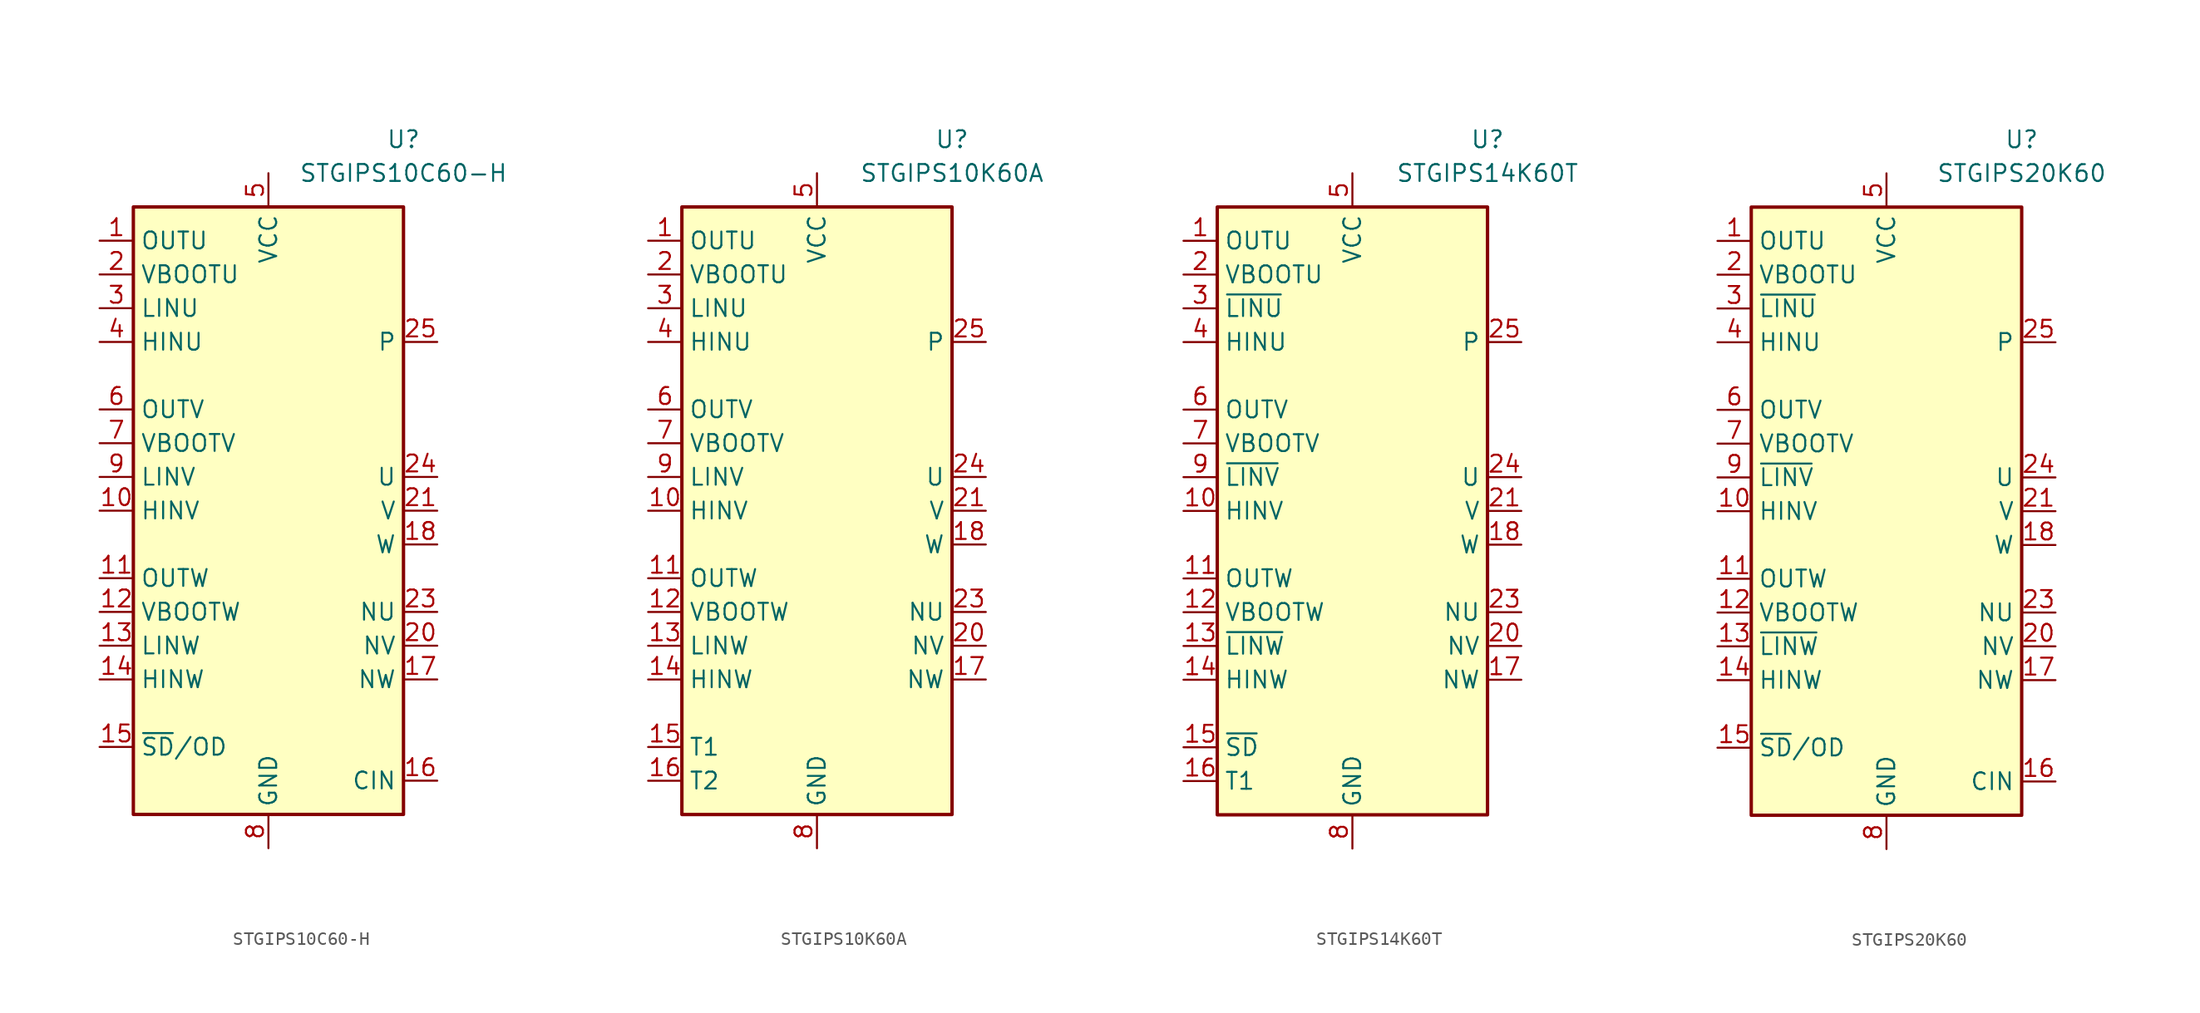
<source format=kicad_sym>
(kicad_symbol_lib
  (version 20200827)
  (generator kicad_symbol_editor)
  (symbol "Transistor_IGBT_Module:STGIPS10C60-H"
    (property "Reference" "U"
      (at 10.16 27.94 0)
      (effects (font (size 1.27 1.27))))
    (property "Value" "STGIPS10C60-H"
      (at 10.16 25.4 0)
      (effects (font (size 1.27 1.27))))
    (symbol "STGIPS10C60-H_1_1"
      (rectangle (start -10.16 -22.86) (end 10.16 22.86) (stroke (width 0.254)) (fill (type background)))
      (pin output line (at -12.7 20.32 0) (length 2.54) (name "OUTU" (effects (font (size 1.27 1.27)))) (number "1" (effects (font (size 1.27 1.27)))))
      (pin input line (at -12.7 0 0) (length 2.54) (name "HINV" (effects (font (size 1.27 1.27)))) (number "10" (effects (font (size 1.27 1.27)))))
      (pin output line (at -12.7 -5.08 0) (length 2.54) (name "OUTW" (effects (font (size 1.27 1.27)))) (number "11" (effects (font (size 1.27 1.27)))))
      (pin passive line (at -12.7 -7.62 0) (length 2.54) (name "VBOOTW" (effects (font (size 1.27 1.27)))) (number "12" (effects (font (size 1.27 1.27)))))
      (pin input line (at -12.7 -10.16 0) (length 2.54) (name "LINW" (effects (font (size 1.27 1.27)))) (number "13" (effects (font (size 1.27 1.27)))))
      (pin input line (at -12.7 -12.7 0) (length 2.54) (name "HINW" (effects (font (size 1.27 1.27)))) (number "14" (effects (font (size 1.27 1.27)))))
      (pin input line (at -12.7 -17.78 0) (length 2.54) (name "~SD~/OD" (effects (font (size 1.27 1.27)))) (number "15" (effects (font (size 1.27 1.27)))))
      (pin input line (at 12.7 -20.32 180) (length 2.54) (name "CIN" (effects (font (size 1.27 1.27)))) (number "16" (effects (font (size 1.27 1.27)))))
      (pin passive line (at 12.7 -12.7 180) (length 2.54) (name "NW" (effects (font (size 1.27 1.27)))) (number "17" (effects (font (size 1.27 1.27)))))
      (pin passive line (at 12.7 -2.54 180) (length 2.54) (name "W" (effects (font (size 1.27 1.27)))) (number "18" (effects (font (size 1.27 1.27)))))
      (pin passive line (at 12.7 12.7 180) (length 2.54) hide (name "P" (effects (font (size 1.27 1.27)))) (number "19" (effects (font (size 1.27 1.27)))))
      (pin passive line (at -12.7 17.78 0) (length 2.54) (name "VBOOTU" (effects (font (size 1.27 1.27)))) (number "2" (effects (font (size 1.27 1.27)))))
      (pin passive line (at 12.7 -10.16 180) (length 2.54) (name "NV" (effects (font (size 1.27 1.27)))) (number "20" (effects (font (size 1.27 1.27)))))
      (pin passive line (at 12.7 0 180) (length 2.54) (name "V" (effects (font (size 1.27 1.27)))) (number "21" (effects (font (size 1.27 1.27)))))
      (pin passive line (at 12.7 12.7 180) (length 2.54) hide (name "P" (effects (font (size 1.27 1.27)))) (number "22" (effects (font (size 1.27 1.27)))))
      (pin passive line (at 12.7 -7.62 180) (length 2.54) (name "NU" (effects (font (size 1.27 1.27)))) (number "23" (effects (font (size 1.27 1.27)))))
      (pin passive line (at 12.7 2.54 180) (length 2.54) (name "U" (effects (font (size 1.27 1.27)))) (number "24" (effects (font (size 1.27 1.27)))))
      (pin passive line (at 12.7 12.7 180) (length 2.54) (name "P" (effects (font (size 1.27 1.27)))) (number "25" (effects (font (size 1.27 1.27)))))
      (pin input line (at -12.7 15.24 0) (length 2.54) (name "LINU" (effects (font (size 1.27 1.27)))) (number "3" (effects (font (size 1.27 1.27)))))
      (pin input line (at -12.7 12.7 0) (length 2.54) (name "HINU" (effects (font (size 1.27 1.27)))) (number "4" (effects (font (size 1.27 1.27)))))
      (pin power_in line (at 0 25.4 270) (length 2.54) (name "VCC" (effects (font (size 1.27 1.27)))) (number "5" (effects (font (size 1.27 1.27)))))
      (pin output line (at -12.7 7.62 0) (length 2.54) (name "OUTV" (effects (font (size 1.27 1.27)))) (number "6" (effects (font (size 1.27 1.27)))))
      (pin passive line (at -12.7 5.08 0) (length 2.54) (name "VBOOTV" (effects (font (size 1.27 1.27)))) (number "7" (effects (font (size 1.27 1.27)))))
      (pin power_in line (at 0 -25.4 90) (length 2.54) (name "GND" (effects (font (size 1.27 1.27)))) (number "8" (effects (font (size 1.27 1.27)))))
      (pin input line (at -12.7 2.54 0) (length 2.54) (name "LINV" (effects (font (size 1.27 1.27)))) (number "9" (effects (font (size 1.27 1.27)))))))
  (symbol "Transistor_IGBT_Module:STGIPS10K60A"
    (property "Reference" "U"
      (at 10.16 27.94 0)
      (effects (font (size 1.27 1.27))))
    (property "Value" "STGIPS10K60A"
      (at 10.16 25.4 0)
      (effects (font (size 1.27 1.27))))
    (symbol "STGIPS10K60A_0_1"
      (rectangle (start -10.16 -22.86) (end 10.16 22.86) (stroke (width 0.254)) (fill (type background))))
    (symbol "STGIPS10K60A_1_1"
      (pin output line (at -12.7 20.32 0) (length 2.54) (name "OUTU" (effects (font (size 1.27 1.27)))) (number "1" (effects (font (size 1.27 1.27)))))
      (pin input line (at -12.7 0 0) (length 2.54) (name "HINV" (effects (font (size 1.27 1.27)))) (number "10" (effects (font (size 1.27 1.27)))))
      (pin output line (at -12.7 -5.08 0) (length 2.54) (name "OUTW" (effects (font (size 1.27 1.27)))) (number "11" (effects (font (size 1.27 1.27)))))
      (pin passive line (at -12.7 -7.62 0) (length 2.54) (name "VBOOTW" (effects (font (size 1.27 1.27)))) (number "12" (effects (font (size 1.27 1.27)))))
      (pin input line (at -12.7 -10.16 0) (length 2.54) (name "LINW" (effects (font (size 1.27 1.27)))) (number "13" (effects (font (size 1.27 1.27)))))
      (pin input line (at -12.7 -12.7 0) (length 2.54) (name "HINW" (effects (font (size 1.27 1.27)))) (number "14" (effects (font (size 1.27 1.27)))))
      (pin passive line (at -12.7 -17.78 0) (length 2.54) (name "T1" (effects (font (size 1.27 1.27)))) (number "15" (effects (font (size 1.27 1.27)))))
      (pin passive line (at -12.7 -20.32 0) (length 2.54) (name "T2" (effects (font (size 1.27 1.27)))) (number "16" (effects (font (size 1.27 1.27)))))
      (pin passive line (at 12.7 -12.7 180) (length 2.54) (name "NW" (effects (font (size 1.27 1.27)))) (number "17" (effects (font (size 1.27 1.27)))))
      (pin passive line (at 12.7 -2.54 180) (length 2.54) (name "W" (effects (font (size 1.27 1.27)))) (number "18" (effects (font (size 1.27 1.27)))))
      (pin passive line (at 12.7 12.7 180) (length 2.54) hide (name "P" (effects (font (size 1.27 1.27)))) (number "19" (effects (font (size 1.27 1.27)))))
      (pin passive line (at -12.7 17.78 0) (length 2.54) (name "VBOOTU" (effects (font (size 1.27 1.27)))) (number "2" (effects (font (size 1.27 1.27)))))
      (pin passive line (at 12.7 -10.16 180) (length 2.54) (name "NV" (effects (font (size 1.27 1.27)))) (number "20" (effects (font (size 1.27 1.27)))))
      (pin passive line (at 12.7 0 180) (length 2.54) (name "V" (effects (font (size 1.27 1.27)))) (number "21" (effects (font (size 1.27 1.27)))))
      (pin passive line (at 12.7 12.7 180) (length 2.54) hide (name "P" (effects (font (size 1.27 1.27)))) (number "22" (effects (font (size 1.27 1.27)))))
      (pin passive line (at 12.7 -7.62 180) (length 2.54) (name "NU" (effects (font (size 1.27 1.27)))) (number "23" (effects (font (size 1.27 1.27)))))
      (pin passive line (at 12.7 2.54 180) (length 2.54) (name "U" (effects (font (size 1.27 1.27)))) (number "24" (effects (font (size 1.27 1.27)))))
      (pin passive line (at 12.7 12.7 180) (length 2.54) (name "P" (effects (font (size 1.27 1.27)))) (number "25" (effects (font (size 1.27 1.27)))))
      (pin input line (at -12.7 15.24 0) (length 2.54) (name "LINU" (effects (font (size 1.27 1.27)))) (number "3" (effects (font (size 1.27 1.27)))))
      (pin input line (at -12.7 12.7 0) (length 2.54) (name "HINU" (effects (font (size 1.27 1.27)))) (number "4" (effects (font (size 1.27 1.27)))))
      (pin power_in line (at 0 25.4 270) (length 2.54) (name "VCC" (effects (font (size 1.27 1.27)))) (number "5" (effects (font (size 1.27 1.27)))))
      (pin output line (at -12.7 7.62 0) (length 2.54) (name "OUTV" (effects (font (size 1.27 1.27)))) (number "6" (effects (font (size 1.27 1.27)))))
      (pin passive line (at -12.7 5.08 0) (length 2.54) (name "VBOOTV" (effects (font (size 1.27 1.27)))) (number "7" (effects (font (size 1.27 1.27)))))
      (pin power_in line (at 0 -25.4 90) (length 2.54) (name "GND" (effects (font (size 1.27 1.27)))) (number "8" (effects (font (size 1.27 1.27)))))
      (pin input line (at -12.7 2.54 0) (length 2.54) (name "LINV" (effects (font (size 1.27 1.27)))) (number "9" (effects (font (size 1.27 1.27)))))))
  (symbol "Transistor_IGBT_Module:STGIPS14K60T"
    (property "Reference" "U"
      (at 10.16 27.94 0)
      (effects (font (size 1.27 1.27))))
    (property "Value" "STGIPS14K60T"
      (at 10.16 25.4 0)
      (effects (font (size 1.27 1.27))))
    (symbol "STGIPS14K60T_0_1"
      (rectangle (start -10.16 -22.86) (end 10.16 22.86) (stroke (width 0.254)) (fill (type background))))
    (symbol "STGIPS14K60T_1_1"
      (pin output line (at -12.7 20.32 0) (length 2.54) (name "OUTU" (effects (font (size 1.27 1.27)))) (number "1" (effects (font (size 1.27 1.27)))))
      (pin input line (at -12.7 0 0) (length 2.54) (name "HINV" (effects (font (size 1.27 1.27)))) (number "10" (effects (font (size 1.27 1.27)))))
      (pin output line (at -12.7 -5.08 0) (length 2.54) (name "OUTW" (effects (font (size 1.27 1.27)))) (number "11" (effects (font (size 1.27 1.27)))))
      (pin passive line (at -12.7 -7.62 0) (length 2.54) (name "VBOOTW" (effects (font (size 1.27 1.27)))) (number "12" (effects (font (size 1.27 1.27)))))
      (pin input line (at -12.7 -10.16 0) (length 2.54) (name "~LINW" (effects (font (size 1.27 1.27)))) (number "13" (effects (font (size 1.27 1.27)))))
      (pin input line (at -12.7 -12.7 0) (length 2.54) (name "HINW" (effects (font (size 1.27 1.27)))) (number "14" (effects (font (size 1.27 1.27)))))
      (pin input line (at -12.7 -17.78 0) (length 2.54) (name "~SD~" (effects (font (size 1.27 1.27)))) (number "15" (effects (font (size 1.27 1.27)))))
      (pin passive line (at -12.7 -20.32 0) (length 2.54) (name "T1" (effects (font (size 1.27 1.27)))) (number "16" (effects (font (size 1.27 1.27)))))
      (pin passive line (at 12.7 -12.7 180) (length 2.54) (name "NW" (effects (font (size 1.27 1.27)))) (number "17" (effects (font (size 1.27 1.27)))))
      (pin passive line (at 12.7 -2.54 180) (length 2.54) (name "W" (effects (font (size 1.27 1.27)))) (number "18" (effects (font (size 1.27 1.27)))))
      (pin passive line (at 12.7 12.7 180) (length 2.54) hide (name "P" (effects (font (size 1.27 1.27)))) (number "19" (effects (font (size 1.27 1.27)))))
      (pin passive line (at -12.7 17.78 0) (length 2.54) (name "VBOOTU" (effects (font (size 1.27 1.27)))) (number "2" (effects (font (size 1.27 1.27)))))
      (pin passive line (at 12.7 -10.16 180) (length 2.54) (name "NV" (effects (font (size 1.27 1.27)))) (number "20" (effects (font (size 1.27 1.27)))))
      (pin passive line (at 12.7 0 180) (length 2.54) (name "V" (effects (font (size 1.27 1.27)))) (number "21" (effects (font (size 1.27 1.27)))))
      (pin passive line (at 12.7 12.7 180) (length 2.54) hide (name "P" (effects (font (size 1.27 1.27)))) (number "22" (effects (font (size 1.27 1.27)))))
      (pin passive line (at 12.7 -7.62 180) (length 2.54) (name "NU" (effects (font (size 1.27 1.27)))) (number "23" (effects (font (size 1.27 1.27)))))
      (pin passive line (at 12.7 2.54 180) (length 2.54) (name "U" (effects (font (size 1.27 1.27)))) (number "24" (effects (font (size 1.27 1.27)))))
      (pin passive line (at 12.7 12.7 180) (length 2.54) (name "P" (effects (font (size 1.27 1.27)))) (number "25" (effects (font (size 1.27 1.27)))))
      (pin input line (at -12.7 15.24 0) (length 2.54) (name "~LINU" (effects (font (size 1.27 1.27)))) (number "3" (effects (font (size 1.27 1.27)))))
      (pin input line (at -12.7 12.7 0) (length 2.54) (name "HINU" (effects (font (size 1.27 1.27)))) (number "4" (effects (font (size 1.27 1.27)))))
      (pin power_in line (at 0 25.4 270) (length 2.54) (name "VCC" (effects (font (size 1.27 1.27)))) (number "5" (effects (font (size 1.27 1.27)))))
      (pin output line (at -12.7 7.62 0) (length 2.54) (name "OUTV" (effects (font (size 1.27 1.27)))) (number "6" (effects (font (size 1.27 1.27)))))
      (pin passive line (at -12.7 5.08 0) (length 2.54) (name "VBOOTV" (effects (font (size 1.27 1.27)))) (number "7" (effects (font (size 1.27 1.27)))))
      (pin power_in line (at 0 -25.4 90) (length 2.54) (name "GND" (effects (font (size 1.27 1.27)))) (number "8" (effects (font (size 1.27 1.27)))))
      (pin input line (at -12.7 2.54 0) (length 2.54) (name "~LINV" (effects (font (size 1.27 1.27)))) (number "9" (effects (font (size 1.27 1.27)))))))
  (symbol "Transistor_IGBT_Module:STGIPS20K60"
    (property "Reference" "U"
      (at 10.16 27.94 0)
      (effects (font (size 1.27 1.27))))
    (property "Value" "STGIPS20K60"
      (at 10.16 25.4 0)
      (effects (font (size 1.27 1.27))))
    (symbol "STGIPS20K60_0_1"
      (rectangle (start -10.16 -22.86) (end 10.16 22.86) (stroke (width 0.254)) (fill (type background))))
    (symbol "STGIPS20K60_1_1"
      (pin output line (at -12.7 20.32 0) (length 2.54) (name "OUTU" (effects (font (size 1.27 1.27)))) (number "1" (effects (font (size 1.27 1.27)))))
      (pin input line (at -12.7 0 0) (length 2.54) (name "HINV" (effects (font (size 1.27 1.27)))) (number "10" (effects (font (size 1.27 1.27)))))
      (pin output line (at -12.7 -5.08 0) (length 2.54) (name "OUTW" (effects (font (size 1.27 1.27)))) (number "11" (effects (font (size 1.27 1.27)))))
      (pin passive line (at -12.7 -7.62 0) (length 2.54) (name "VBOOTW" (effects (font (size 1.27 1.27)))) (number "12" (effects (font (size 1.27 1.27)))))
      (pin input line (at -12.7 -10.16 0) (length 2.54) (name "~LINW" (effects (font (size 1.27 1.27)))) (number "13" (effects (font (size 1.27 1.27)))))
      (pin input line (at -12.7 -12.7 0) (length 2.54) (name "HINW" (effects (font (size 1.27 1.27)))) (number "14" (effects (font (size 1.27 1.27)))))
      (pin input line (at -12.7 -17.78 0) (length 2.54) (name "~SD~/OD" (effects (font (size 1.27 1.27)))) (number "15" (effects (font (size 1.27 1.27)))))
      (pin input line (at 12.7 -20.32 180) (length 2.54) (name "CIN" (effects (font (size 1.27 1.27)))) (number "16" (effects (font (size 1.27 1.27)))))
      (pin passive line (at 12.7 -12.7 180) (length 2.54) (name "NW" (effects (font (size 1.27 1.27)))) (number "17" (effects (font (size 1.27 1.27)))))
      (pin passive line (at 12.7 -2.54 180) (length 2.54) (name "W" (effects (font (size 1.27 1.27)))) (number "18" (effects (font (size 1.27 1.27)))))
      (pin passive line (at 12.7 12.7 180) (length 2.54) hide (name "P" (effects (font (size 1.27 1.27)))) (number "19" (effects (font (size 1.27 1.27)))))
      (pin passive line (at -12.7 17.78 0) (length 2.54) (name "VBOOTU" (effects (font (size 1.27 1.27)))) (number "2" (effects (font (size 1.27 1.27)))))
      (pin passive line (at 12.7 -10.16 180) (length 2.54) (name "NV" (effects (font (size 1.27 1.27)))) (number "20" (effects (font (size 1.27 1.27)))))
      (pin passive line (at 12.7 0 180) (length 2.54) (name "V" (effects (font (size 1.27 1.27)))) (number "21" (effects (font (size 1.27 1.27)))))
      (pin passive line (at 12.7 12.7 180) (length 2.54) hide (name "P" (effects (font (size 1.27 1.27)))) (number "22" (effects (font (size 1.27 1.27)))))
      (pin passive line (at 12.7 -7.62 180) (length 2.54) (name "NU" (effects (font (size 1.27 1.27)))) (number "23" (effects (font (size 1.27 1.27)))))
      (pin passive line (at 12.7 2.54 180) (length 2.54) (name "U" (effects (font (size 1.27 1.27)))) (number "24" (effects (font (size 1.27 1.27)))))
      (pin passive line (at 12.7 12.7 180) (length 2.54) (name "P" (effects (font (size 1.27 1.27)))) (number "25" (effects (font (size 1.27 1.27)))))
      (pin input line (at -12.7 15.24 0) (length 2.54) (name "~LINU" (effects (font (size 1.27 1.27)))) (number "3" (effects (font (size 1.27 1.27)))))
      (pin input line (at -12.7 12.7 0) (length 2.54) (name "HINU" (effects (font (size 1.27 1.27)))) (number "4" (effects (font (size 1.27 1.27)))))
      (pin power_in line (at 0 25.4 270) (length 2.54) (name "VCC" (effects (font (size 1.27 1.27)))) (number "5" (effects (font (size 1.27 1.27)))))
      (pin output line (at -12.7 7.62 0) (length 2.54) (name "OUTV" (effects (font (size 1.27 1.27)))) (number "6" (effects (font (size 1.27 1.27)))))
      (pin passive line (at -12.7 5.08 0) (length 2.54) (name "VBOOTV" (effects (font (size 1.27 1.27)))) (number "7" (effects (font (size 1.27 1.27)))))
      (pin power_in line (at 0 -25.4 90) (length 2.54) (name "GND" (effects (font (size 1.27 1.27)))) (number "8" (effects (font (size 1.27 1.27)))))
      (pin input line (at -12.7 2.54 0) (length 2.54) (name "~LINV" (effects (font (size 1.27 1.27)))) (number "9" (effects (font (size 1.27 1.27))))))))
</source>
